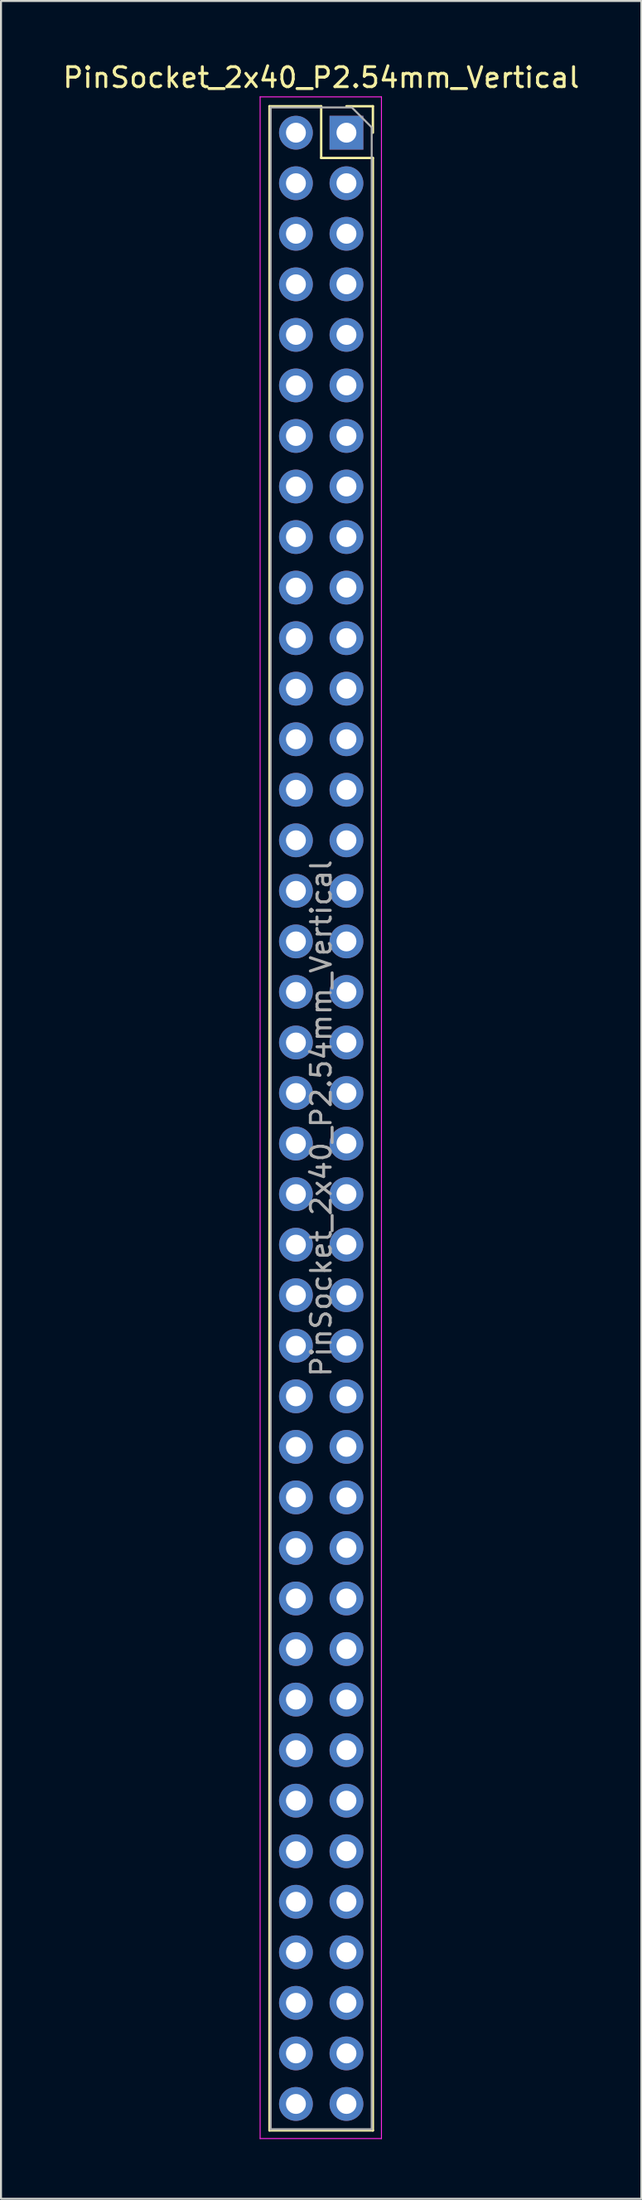
<source format=kicad_pcb>
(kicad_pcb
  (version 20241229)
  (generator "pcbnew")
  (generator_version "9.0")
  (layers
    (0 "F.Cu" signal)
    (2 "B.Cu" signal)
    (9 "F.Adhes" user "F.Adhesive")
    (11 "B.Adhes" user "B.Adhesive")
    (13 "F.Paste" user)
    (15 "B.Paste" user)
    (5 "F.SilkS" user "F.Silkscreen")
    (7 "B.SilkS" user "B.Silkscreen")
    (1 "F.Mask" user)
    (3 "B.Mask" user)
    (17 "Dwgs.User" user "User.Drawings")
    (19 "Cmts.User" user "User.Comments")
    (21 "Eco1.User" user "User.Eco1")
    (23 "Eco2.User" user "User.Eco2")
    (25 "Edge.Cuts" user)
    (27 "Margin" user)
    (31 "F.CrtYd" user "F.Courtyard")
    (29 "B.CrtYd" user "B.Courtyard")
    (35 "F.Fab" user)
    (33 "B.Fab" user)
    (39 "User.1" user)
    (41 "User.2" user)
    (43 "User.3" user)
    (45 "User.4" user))
  (footprint "PinSocket_2x40_P2.54mm_Vertical"
    (layer "F.Cu")
    (at 14.371 3.618)
    (property "Reference" "PinSocket_2x40_P2.54mm_Vertical" (at -1.27 -2.77 0) (layer "F.SilkS") (effects (font (size 1 1) (thickness 0.15))))
    (attr through_hole)
    (fp_line (start -3.87 -1.33) (end -3.87 100.39) (stroke (width 0.12) (type solid)) (layer "F.SilkS"))
    (fp_line (start -3.87 -1.33) (end -1.27 -1.33) (stroke (width 0.12) (type solid)) (layer "F.SilkS"))
    (fp_line (start -3.87 100.39) (end 1.33 100.39) (stroke (width 0.12) (type solid)) (layer "F.SilkS"))
    (fp_line (start -1.27 -1.33) (end -1.27 1.27) (stroke (width 0.12) (type solid)) (layer "F.SilkS"))
    (fp_line (start -1.27 1.27) (end 1.33 1.27) (stroke (width 0.12) (type solid)) (layer "F.SilkS"))
    (fp_line (start 0 -1.33) (end 1.33 -1.33) (stroke (width 0.12) (type solid)) (layer "F.SilkS"))
    (fp_line (start 1.33 -1.33) (end 1.33 0) (stroke (width 0.12) (type solid)) (layer "F.SilkS"))
    (fp_line (start 1.33 1.27) (end 1.33 100.39) (stroke (width 0.12) (type solid)) (layer "F.SilkS"))
    (fp_line (start -4.34 -1.8) (end 1.76 -1.8) (stroke (width 0.05) (type solid)) (layer "F.CrtYd"))
    (fp_line (start -4.34 100.8) (end -4.34 -1.8) (stroke (width 0.05) (type solid)) (layer "F.CrtYd"))
    (fp_line (start 1.76 -1.8) (end 1.76 100.8) (stroke (width 0.05) (type solid)) (layer "F.CrtYd"))
    (fp_line (start 1.76 100.8) (end -4.34 100.8) (stroke (width 0.05) (type solid)) (layer "F.CrtYd"))
    (fp_line (start -3.81 -1.27) (end 0.27 -1.27) (stroke (width 0.1) (type solid)) (layer "F.Fab"))
    (fp_line (start -3.81 100.33) (end -3.81 -1.27) (stroke (width 0.1) (type solid)) (layer "F.Fab"))
    (fp_line (start 0.27 -1.27) (end 1.27 -0.27) (stroke (width 0.1) (type solid)) (layer "F.Fab"))
    (fp_line (start 1.27 -0.27) (end 1.27 100.33) (stroke (width 0.1) (type solid)) (layer "F.Fab"))
    (fp_line (start 1.27 100.33) (end -3.81 100.33) (stroke (width 0.1) (type solid)) (layer "F.Fab"))
    (fp_text user "${REFERENCE}" (at -1.27 49.53 90) (layer "F.Fab") (effects (font (size 1 1) (thickness 0.15))))
    (pad "1" thru_hole rect (at 0 0) (size 1.7 1.7) (drill 1) (layers "*.Cu" "*.Mask"))
    (pad "2" thru_hole oval (at -2.54 0) (size 1.7 1.7) (drill 1) (layers "*.Cu" "*.Mask"))
    (pad "3" thru_hole oval (at 0 2.54) (size 1.7 1.7) (drill 1) (layers "*.Cu" "*.Mask"))
    (pad "4" thru_hole oval (at -2.54 2.54) (size 1.7 1.7) (drill 1) (layers "*.Cu" "*.Mask"))
    (pad "5" thru_hole oval (at 0 5.08) (size 1.7 1.7) (drill 1) (layers "*.Cu" "*.Mask"))
    (pad "6" thru_hole oval (at -2.54 5.08) (size 1.7 1.7) (drill 1) (layers "*.Cu" "*.Mask"))
    (pad "7" thru_hole oval (at 0 7.62) (size 1.7 1.7) (drill 1) (layers "*.Cu" "*.Mask"))
    (pad "8" thru_hole oval (at -2.54 7.62) (size 1.7 1.7) (drill 1) (layers "*.Cu" "*.Mask"))
    (pad "9" thru_hole oval (at 0 10.16) (size 1.7 1.7) (drill 1) (layers "*.Cu" "*.Mask"))
    (pad "10" thru_hole oval (at -2.54 10.16) (size 1.7 1.7) (drill 1) (layers "*.Cu" "*.Mask"))
    (pad "11" thru_hole oval (at 0 12.7) (size 1.7 1.7) (drill 1) (layers "*.Cu" "*.Mask"))
    (pad "12" thru_hole oval (at -2.54 12.7) (size 1.7 1.7) (drill 1) (layers "*.Cu" "*.Mask"))
    (pad "13" thru_hole oval (at 0 15.24) (size 1.7 1.7) (drill 1) (layers "*.Cu" "*.Mask"))
    (pad "14" thru_hole oval (at -2.54 15.24) (size 1.7 1.7) (drill 1) (layers "*.Cu" "*.Mask"))
    (pad "15" thru_hole oval (at 0 17.78) (size 1.7 1.7) (drill 1) (layers "*.Cu" "*.Mask"))
    (pad "16" thru_hole oval (at -2.54 17.78) (size 1.7 1.7) (drill 1) (layers "*.Cu" "*.Mask"))
    (pad "17" thru_hole oval (at 0 20.32) (size 1.7 1.7) (drill 1) (layers "*.Cu" "*.Mask"))
    (pad "18" thru_hole oval (at -2.54 20.32) (size 1.7 1.7) (drill 1) (layers "*.Cu" "*.Mask"))
    (pad "19" thru_hole oval (at 0 22.86) (size 1.7 1.7) (drill 1) (layers "*.Cu" "*.Mask"))
    (pad "20" thru_hole oval (at -2.54 22.86) (size 1.7 1.7) (drill 1) (layers "*.Cu" "*.Mask"))
    (pad "21" thru_hole oval (at 0 25.4) (size 1.7 1.7) (drill 1) (layers "*.Cu" "*.Mask"))
    (pad "22" thru_hole oval (at -2.54 25.4) (size 1.7 1.7) (drill 1) (layers "*.Cu" "*.Mask"))
    (pad "23" thru_hole oval (at 0 27.94) (size 1.7 1.7) (drill 1) (layers "*.Cu" "*.Mask"))
    (pad "24" thru_hole oval (at -2.54 27.94) (size 1.7 1.7) (drill 1) (layers "*.Cu" "*.Mask"))
    (pad "25" thru_hole oval (at 0 30.48) (size 1.7 1.7) (drill 1) (layers "*.Cu" "*.Mask"))
    (pad "26" thru_hole oval (at -2.54 30.48) (size 1.7 1.7) (drill 1) (layers "*.Cu" "*.Mask"))
    (pad "27" thru_hole oval (at 0 33.02) (size 1.7 1.7) (drill 1) (layers "*.Cu" "*.Mask"))
    (pad "28" thru_hole oval (at -2.54 33.02) (size 1.7 1.7) (drill 1) (layers "*.Cu" "*.Mask"))
    (pad "29" thru_hole oval (at 0 35.56) (size 1.7 1.7) (drill 1) (layers "*.Cu" "*.Mask"))
    (pad "30" thru_hole oval (at -2.54 35.56) (size 1.7 1.7) (drill 1) (layers "*.Cu" "*.Mask"))
    (pad "31" thru_hole oval (at 0 38.1) (size 1.7 1.7) (drill 1) (layers "*.Cu" "*.Mask"))
    (pad "32" thru_hole oval (at -2.54 38.1) (size 1.7 1.7) (drill 1) (layers "*.Cu" "*.Mask"))
    (pad "33" thru_hole oval (at 0 40.64) (size 1.7 1.7) (drill 1) (layers "*.Cu" "*.Mask"))
    (pad "34" thru_hole oval (at -2.54 40.64) (size 1.7 1.7) (drill 1) (layers "*.Cu" "*.Mask"))
    (pad "35" thru_hole oval (at 0 43.18) (size 1.7 1.7) (drill 1) (layers "*.Cu" "*.Mask"))
    (pad "36" thru_hole oval (at -2.54 43.18) (size 1.7 1.7) (drill 1) (layers "*.Cu" "*.Mask"))
    (pad "37" thru_hole oval (at 0 45.72) (size 1.7 1.7) (drill 1) (layers "*.Cu" "*.Mask"))
    (pad "38" thru_hole oval (at -2.54 45.72) (size 1.7 1.7) (drill 1) (layers "*.Cu" "*.Mask"))
    (pad "39" thru_hole oval (at 0 48.26) (size 1.7 1.7) (drill 1) (layers "*.Cu" "*.Mask"))
    (pad "40" thru_hole oval (at -2.54 48.26) (size 1.7 1.7) (drill 1) (layers "*.Cu" "*.Mask"))
    (pad "41" thru_hole oval (at 0 50.8) (size 1.7 1.7) (drill 1) (layers "*.Cu" "*.Mask"))
    (pad "42" thru_hole oval (at -2.54 50.8) (size 1.7 1.7) (drill 1) (layers "*.Cu" "*.Mask"))
    (pad "43" thru_hole oval (at 0 53.34) (size 1.7 1.7) (drill 1) (layers "*.Cu" "*.Mask"))
    (pad "44" thru_hole oval (at -2.54 53.34) (size 1.7 1.7) (drill 1) (layers "*.Cu" "*.Mask"))
    (pad "45" thru_hole oval (at 0 55.88) (size 1.7 1.7) (drill 1) (layers "*.Cu" "*.Mask"))
    (pad "46" thru_hole oval (at -2.54 55.88) (size 1.7 1.7) (drill 1) (layers "*.Cu" "*.Mask"))
    (pad "47" thru_hole oval (at 0 58.42) (size 1.7 1.7) (drill 1) (layers "*.Cu" "*.Mask"))
    (pad "48" thru_hole oval (at -2.54 58.42) (size 1.7 1.7) (drill 1) (layers "*.Cu" "*.Mask"))
    (pad "49" thru_hole oval (at 0 60.96) (size 1.7 1.7) (drill 1) (layers "*.Cu" "*.Mask"))
    (pad "50" thru_hole oval (at -2.54 60.96) (size 1.7 1.7) (drill 1) (layers "*.Cu" "*.Mask"))
    (pad "51" thru_hole oval (at 0 63.5) (size 1.7 1.7) (drill 1) (layers "*.Cu" "*.Mask"))
    (pad "52" thru_hole oval (at -2.54 63.5) (size 1.7 1.7) (drill 1) (layers "*.Cu" "*.Mask"))
    (pad "53" thru_hole oval (at 0 66.04) (size 1.7 1.7) (drill 1) (layers "*.Cu" "*.Mask"))
    (pad "54" thru_hole oval (at -2.54 66.04) (size 1.7 1.7) (drill 1) (layers "*.Cu" "*.Mask"))
    (pad "55" thru_hole oval (at 0 68.58) (size 1.7 1.7) (drill 1) (layers "*.Cu" "*.Mask"))
    (pad "56" thru_hole oval (at -2.54 68.58) (size 1.7 1.7) (drill 1) (layers "*.Cu" "*.Mask"))
    (pad "57" thru_hole oval (at 0 71.12) (size 1.7 1.7) (drill 1) (layers "*.Cu" "*.Mask"))
    (pad "58" thru_hole oval (at -2.54 71.12) (size 1.7 1.7) (drill 1) (layers "*.Cu" "*.Mask"))
    (pad "59" thru_hole oval (at 0 73.66) (size 1.7 1.7) (drill 1) (layers "*.Cu" "*.Mask"))
    (pad "60" thru_hole oval (at -2.54 73.66) (size 1.7 1.7) (drill 1) (layers "*.Cu" "*.Mask"))
    (pad "61" thru_hole oval (at 0 76.2) (size 1.7 1.7) (drill 1) (layers "*.Cu" "*.Mask"))
    (pad "62" thru_hole oval (at -2.54 76.2) (size 1.7 1.7) (drill 1) (layers "*.Cu" "*.Mask"))
    (pad "63" thru_hole oval (at 0 78.74) (size 1.7 1.7) (drill 1) (layers "*.Cu" "*.Mask"))
    (pad "64" thru_hole oval (at -2.54 78.74) (size 1.7 1.7) (drill 1) (layers "*.Cu" "*.Mask"))
    (pad "65" thru_hole oval (at 0 81.28) (size 1.7 1.7) (drill 1) (layers "*.Cu" "*.Mask"))
    (pad "66" thru_hole oval (at -2.54 81.28) (size 1.7 1.7) (drill 1) (layers "*.Cu" "*.Mask"))
    (pad "67" thru_hole oval (at 0 83.82) (size 1.7 1.7) (drill 1) (layers "*.Cu" "*.Mask"))
    (pad "68" thru_hole oval (at -2.54 83.82) (size 1.7 1.7) (drill 1) (layers "*.Cu" "*.Mask"))
    (pad "69" thru_hole oval (at 0 86.36) (size 1.7 1.7) (drill 1) (layers "*.Cu" "*.Mask"))
    (pad "70" thru_hole oval (at -2.54 86.36) (size 1.7 1.7) (drill 1) (layers "*.Cu" "*.Mask"))
    (pad "71" thru_hole oval (at 0 88.9) (size 1.7 1.7) (drill 1) (layers "*.Cu" "*.Mask"))
    (pad "72" thru_hole oval (at -2.54 88.9) (size 1.7 1.7) (drill 1) (layers "*.Cu" "*.Mask"))
    (pad "73" thru_hole oval (at 0 91.44) (size 1.7 1.7) (drill 1) (layers "*.Cu" "*.Mask"))
    (pad "74" thru_hole oval (at -2.54 91.44) (size 1.7 1.7) (drill 1) (layers "*.Cu" "*.Mask"))
    (pad "75" thru_hole oval (at 0 93.98) (size 1.7 1.7) (drill 1) (layers "*.Cu" "*.Mask"))
    (pad "76" thru_hole oval (at -2.54 93.98) (size 1.7 1.7) (drill 1) (layers "*.Cu" "*.Mask"))
    (pad "77" thru_hole oval (at 0 96.52) (size 1.7 1.7) (drill 1) (layers "*.Cu" "*.Mask"))
    (pad "78" thru_hole oval (at -2.54 96.52) (size 1.7 1.7) (drill 1) (layers "*.Cu" "*.Mask"))
    (pad "79" thru_hole oval (at 0 99.06) (size 1.7 1.7) (drill 1) (layers "*.Cu" "*.Mask"))
    (pad "80" thru_hole oval (at -2.54 99.06) (size 1.7 1.7) (drill 1) (layers "*.Cu" "*.Mask")))
  (gr_rect
    (start -3 -3)
    (end 29.202 107.443)
    (stroke (width 0.1) (type default))
    (fill no)
    (layer "Edge.Cuts")))
</source>
